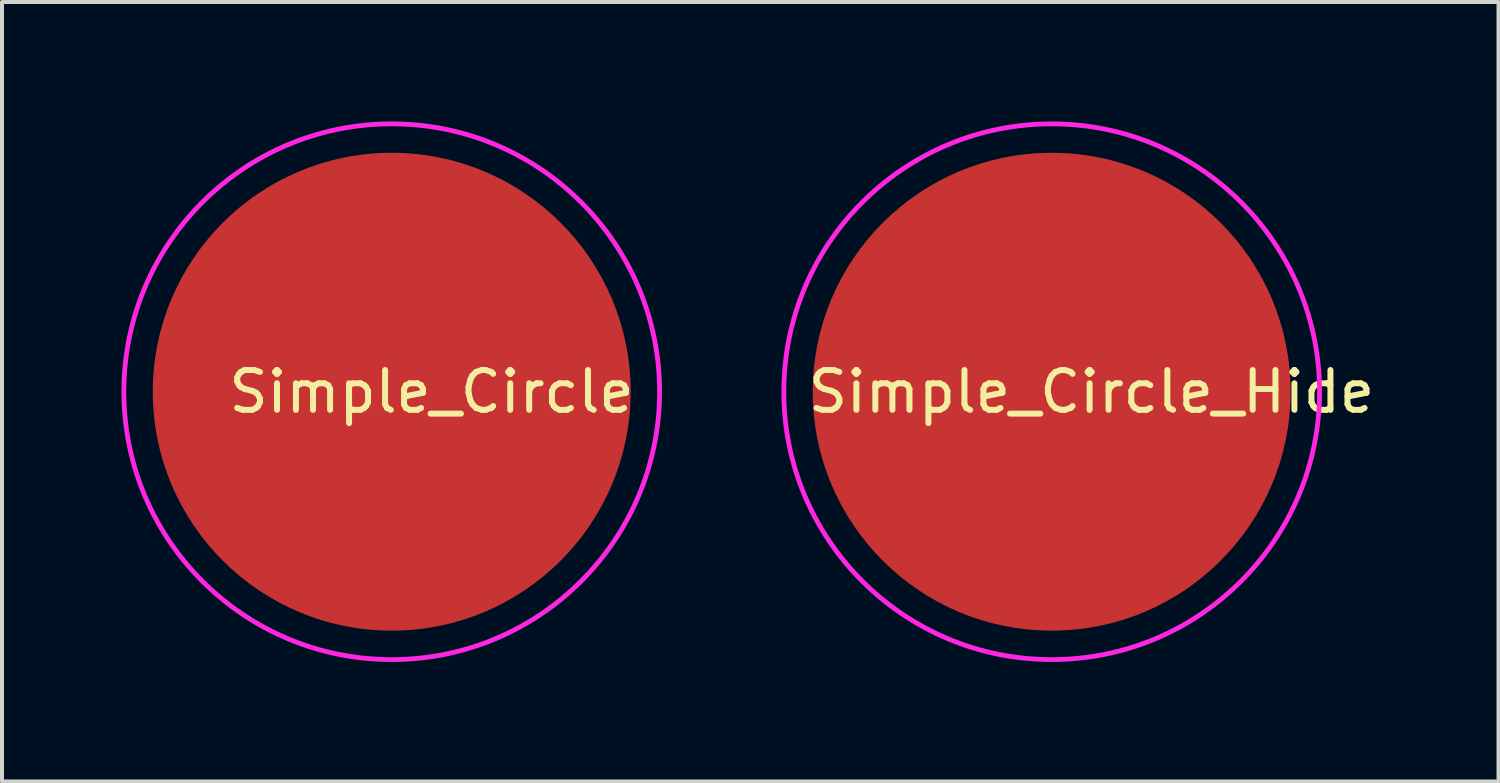
<source format=kicad_pcb>
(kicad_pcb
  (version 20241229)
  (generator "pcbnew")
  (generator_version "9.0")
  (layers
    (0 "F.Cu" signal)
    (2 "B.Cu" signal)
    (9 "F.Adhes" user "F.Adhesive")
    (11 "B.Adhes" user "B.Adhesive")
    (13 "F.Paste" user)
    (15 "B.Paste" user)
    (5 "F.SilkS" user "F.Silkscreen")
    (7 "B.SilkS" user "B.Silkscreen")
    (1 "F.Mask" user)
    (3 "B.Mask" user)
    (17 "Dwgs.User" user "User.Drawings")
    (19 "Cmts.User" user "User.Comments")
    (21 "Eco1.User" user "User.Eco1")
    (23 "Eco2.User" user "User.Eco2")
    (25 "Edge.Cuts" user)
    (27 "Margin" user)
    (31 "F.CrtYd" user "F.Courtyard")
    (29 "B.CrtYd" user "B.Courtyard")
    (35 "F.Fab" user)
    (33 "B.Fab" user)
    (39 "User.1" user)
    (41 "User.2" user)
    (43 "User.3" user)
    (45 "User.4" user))
  (footprint "Simple_Circle_Hide"
    (layer "F.Cu")
    (at 23.36 6.787)
    (property "Reference" "Simple_Circle_Hide" (at 1 0 0) (unlocked yes) (layer "F.SilkS") (effects (font (size 1 1) (thickness 0.15))))
    (attr smd)
    (fp_circle (center 0 0) (end -4.5 -5) (stroke (width 0.12) (type solid)) (fill no) (layer "F.CrtYd"))
    (pad "1" smd circle (at 0 0) (size 12 12) (layers "F.Cu")))
  (footprint "Simple_Circle"
    (layer "F.Cu")
    (at 6.787 6.787)
    (property "Reference" "Simple_Circle" (at 1 0 0) (unlocked yes) (layer "F.SilkS") (effects (font (size 1 1) (thickness 0.15))))
    (attr smd)
    (fp_circle (center 0 0) (end -4.5 -5) (stroke (width 0.12) (type solid)) (fill no) (layer "F.CrtYd"))
    (pad "1" smd circle (at 0 0) (size 12 12) (layers "F.Cu" "F.Mask")))
  (gr_rect
    (start -3 -3)
    (end 34.581 16.574)
    (stroke (width 0.1) (type default))
    (fill no)
    (layer "Edge.Cuts")))
</source>
